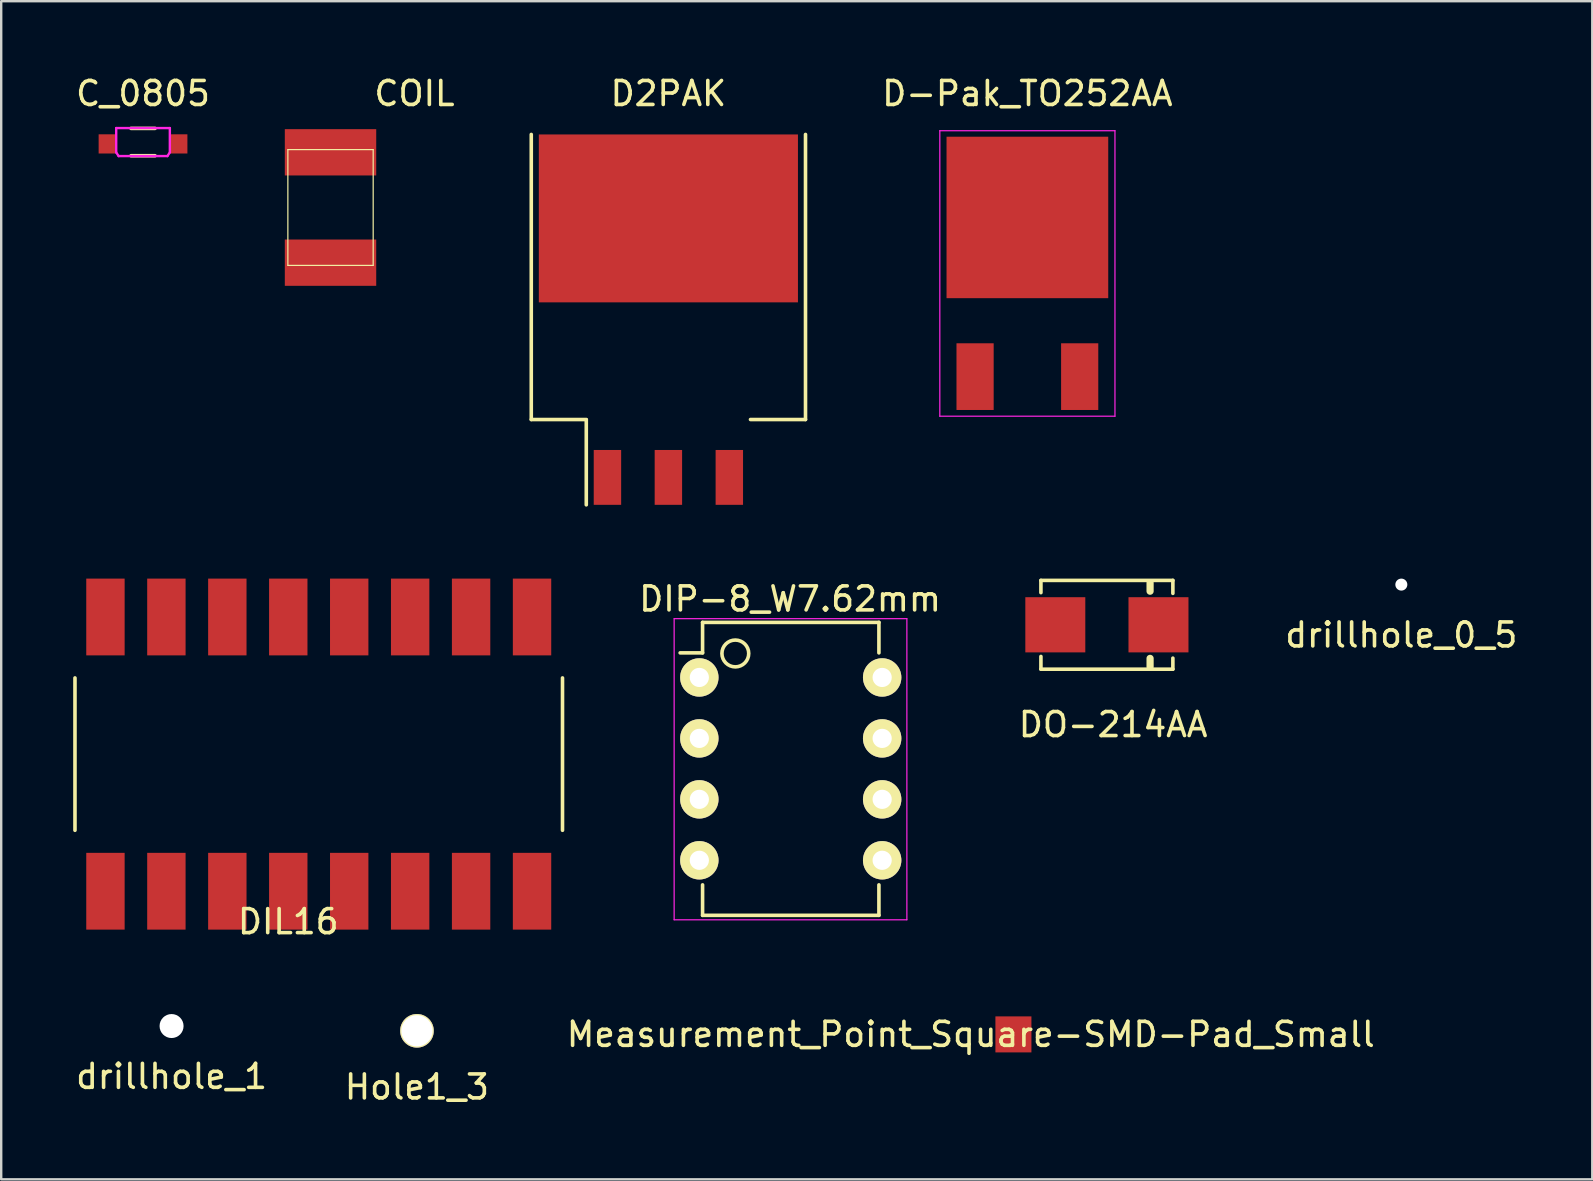
<source format=kicad_pcb>
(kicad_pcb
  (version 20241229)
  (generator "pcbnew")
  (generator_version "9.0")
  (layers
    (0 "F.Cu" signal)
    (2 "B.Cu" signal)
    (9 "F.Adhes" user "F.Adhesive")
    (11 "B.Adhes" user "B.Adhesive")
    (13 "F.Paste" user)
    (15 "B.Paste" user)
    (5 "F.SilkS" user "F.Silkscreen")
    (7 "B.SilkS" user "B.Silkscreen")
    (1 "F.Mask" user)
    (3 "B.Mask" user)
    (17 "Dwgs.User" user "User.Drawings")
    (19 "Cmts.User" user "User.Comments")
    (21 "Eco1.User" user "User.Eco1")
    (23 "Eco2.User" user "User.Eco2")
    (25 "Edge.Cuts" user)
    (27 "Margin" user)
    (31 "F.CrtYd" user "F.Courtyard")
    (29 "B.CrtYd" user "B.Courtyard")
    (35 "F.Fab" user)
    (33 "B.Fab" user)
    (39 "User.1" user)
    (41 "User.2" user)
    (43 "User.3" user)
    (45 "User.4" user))
  (footprint "COIL"
    (layer "F.Cu")
    (at 10.726 5.598)
    (property "Reference" "COIL" (at 3.5 -4.75 0) (layer "F.SilkS") (effects (font (size 1 1) (thickness 0.15))))
    (attr through_hole)
    (fp_line (start -1.778 -2.413) (end 1.778 -2.413) (stroke (width 0.05) (type solid)) (layer "F.SilkS"))
    (fp_line (start -1.778 2.413) (end -1.778 -2.413) (stroke (width 0.05) (type solid)) (layer "F.SilkS"))
    (fp_line (start 1.778 -2.413) (end 1.778 2.413) (stroke (width 0.05) (type solid)) (layer "F.SilkS"))
    (fp_line (start 1.778 2.413) (end -1.778 2.413) (stroke (width 0.05) (type solid)) (layer "F.SilkS"))
    (pad "1" smd rect (at 0 -2.3) (size 3.81 1.93) (layers "F.Cu" "F.Mask" "F.Paste"))
    (pad "2" smd rect (at 0 2.3) (size 3.81 1.93) (layers "F.Cu" "F.Mask" "F.Paste")))
  (footprint "Measurement_Point_Square-SMD-Pad_Small"
    (layer "F.Cu")
    (at 39.189 40.063)
    (property "Reference" "Measurement_Point_Square-SMD-Pad_Small" (at -1.778 0 0) (layer "F.SilkS") (effects (font (size 1 1) (thickness 0.15))))
    (attr through_hole)
    (pad "1" smd rect (at 0 0) (size 1.501 1.501) (layers "F.Cu" "F.Mask")))
  (footprint "DIL16"
    (layer "F.Cu")
    (at 10.235 29.016)
    (property "Reference" "DIL16" (at -1.27 6.35 0) (layer "F.SilkS") (effects (font (size 1 1) (thickness 0.15))))
    (attr through_hole)
    (fp_line (start -10.16 -3.81) (end -10.16 2.54) (stroke (width 0.15) (type solid)) (layer "F.SilkS"))
    (fp_line (start 10.16 -3.81) (end 10.16 2.54) (stroke (width 0.15) (type solid)) (layer "F.SilkS"))
    (pad "1" smd rect (at -8.89 5.08) (size 1.6 3.2) (layers "F.Cu" "F.Mask" "F.Paste"))
    (pad "2" smd rect (at -6.35 5.08) (size 1.6 3.2) (layers "F.Cu" "F.Mask" "F.Paste"))
    (pad "3" smd rect (at -3.81 5.08) (size 1.6 3.2) (layers "F.Cu" "F.Mask" "F.Paste"))
    (pad "4" smd rect (at -1.27 5.08) (size 1.6 3.2) (layers "F.Cu" "F.Mask" "F.Paste"))
    (pad "5" smd rect (at 1.27 5.08) (size 1.6 3.2) (layers "F.Cu" "F.Mask" "F.Paste"))
    (pad "6" smd rect (at 3.81 5.08) (size 1.6 3.2) (layers "F.Cu" "F.Mask" "F.Paste"))
    (pad "7" smd rect (at 6.35 5.08) (size 1.6 3.2) (layers "F.Cu" "F.Mask" "F.Paste"))
    (pad "8" smd rect (at 8.89 5.08) (size 1.6 3.2) (layers "F.Cu" "F.Mask" "F.Paste"))
    (pad "9" smd rect (at 8.89 -6.35) (size 1.6 3.2) (layers "F.Cu" "F.Mask" "F.Paste"))
    (pad "10" smd rect (at 6.35 -6.35) (size 1.6 3.2) (layers "F.Cu" "F.Mask" "F.Paste"))
    (pad "11" smd rect (at 3.81 -6.35) (size 1.6 3.2) (layers "F.Cu" "F.Mask" "F.Paste"))
    (pad "12" smd rect (at 1.27 -6.35) (size 1.6 3.2) (layers "F.Cu" "F.Mask" "F.Paste"))
    (pad "13" smd rect (at -1.27 -6.35) (size 1.6 3.2) (layers "F.Cu" "F.Mask" "F.Paste"))
    (pad "14" smd rect (at -3.81 -6.35) (size 1.6 3.2) (layers "F.Cu" "F.Mask" "F.Paste"))
    (pad "15" smd rect (at -6.35 -6.35) (size 1.6 3.2) (layers "F.Cu" "F.Mask" "F.Paste"))
    (pad "16" smd rect (at -8.89 -6.35) (size 1.6 3.2) (layers "F.Cu" "F.Mask" "F.Paste")))
  (footprint "drillhole_0_5"
    (layer "F.Cu")
    (at 55.357 21.316)
    (property "Reference" "drillhole_0_5" (at 0 2.1 0) (layer "F.SilkS") (effects (font (size 1 1) (thickness 0.15))))
    (attr through_hole)
    (pad "" np_thru_hole circle (at 0 0) (size 0.5 0.5) (drill 0.5) (layers "*.Cu" "*.Mask")))
  (footprint "drillhole_1"
    (layer "F.Cu")
    (at 4.101 39.715)
    (property "Reference" "drillhole_1" (at 0 2.1 0) (layer "F.SilkS") (effects (font (size 1 1) (thickness 0.15))))
    (attr through_hole)
    (pad "" np_thru_hole circle (at 0 0) (size 1 1) (drill 1) (layers "*.Cu" "*.Mask")))
  (footprint "DIP-8_W7.62mm"
    (layer "F.Cu")
    (at 26.098 25.186)
    (property "Reference" "DIP-8_W7.62mm" (at 3.783 -3.272 0) (layer "F.SilkS") (effects (font (size 1 1) (thickness 0.15))))
    (attr through_hole)
    (fp_line (start 0.135 -2.295) (end 0.135 -1.025) (stroke (width 0.15) (type solid)) (layer "F.SilkS"))
    (fp_line (start 0.135 -2.295) (end 7.485 -2.295) (stroke (width 0.15) (type solid)) (layer "F.SilkS"))
    (fp_line (start 0.135 -1.025) (end -0.8 -1.025) (stroke (width 0.15) (type solid)) (layer "F.SilkS"))
    (fp_line (start 0.135 9.915) (end 0.135 8.645) (stroke (width 0.15) (type solid)) (layer "F.SilkS"))
    (fp_line (start 0.135 9.915) (end 7.485 9.915) (stroke (width 0.15) (type solid)) (layer "F.SilkS"))
    (fp_line (start 7.485 -2.295) (end 7.485 -1.025) (stroke (width 0.15) (type solid)) (layer "F.SilkS"))
    (fp_line (start 7.485 9.915) (end 7.485 8.645) (stroke (width 0.15) (type solid)) (layer "F.SilkS"))
    (fp_circle (center 1.5 -1) (end 2 -0.75) (stroke (width 0.15) (type solid)) (fill no) (layer "F.SilkS"))
    (fp_line (start -1.05 -2.45) (end -1.05 10.1) (stroke (width 0.05) (type solid)) (layer "F.CrtYd"))
    (fp_line (start -1.05 -2.45) (end 8.65 -2.45) (stroke (width 0.05) (type solid)) (layer "F.CrtYd"))
    (fp_line (start -1.05 10.1) (end 8.65 10.1) (stroke (width 0.05) (type solid)) (layer "F.CrtYd"))
    (fp_line (start 8.65 -2.45) (end 8.65 10.1) (stroke (width 0.05) (type solid)) (layer "F.CrtYd"))
    (pad "1" thru_hole oval (at 0 0) (size 1.6 1.6) (drill 0.8) (layers "*.Cu" "*.Mask" "F.SilkS"))
    (pad "2" thru_hole oval (at 0 2.54) (size 1.6 1.6) (drill 0.8) (layers "*.Cu" "*.Mask" "F.SilkS"))
    (pad "3" thru_hole oval (at 0 5.08) (size 1.6 1.6) (drill 0.8) (layers "*.Cu" "*.Mask" "F.SilkS"))
    (pad "4" thru_hole oval (at 0 7.62) (size 1.6 1.6) (drill 0.8) (layers "*.Cu" "*.Mask" "F.SilkS"))
    (pad "5" thru_hole oval (at 7.62 7.62) (size 1.6 1.6) (drill 0.8) (layers "*.Cu" "*.Mask" "F.SilkS"))
    (pad "6" thru_hole oval (at 7.62 5.08) (size 1.6 1.6) (drill 0.8) (layers "*.Cu" "*.Mask" "F.SilkS"))
    (pad "7" thru_hole oval (at 7.62 2.54) (size 1.6 1.6) (drill 0.8) (layers "*.Cu" "*.Mask" "F.SilkS"))
    (pad "8" thru_hole oval (at 7.62 0) (size 1.6 1.6) (drill 0.8) (layers "*.Cu" "*.Mask" "F.SilkS")))
  (footprint "D-Pak_TO252AA"
    (layer "F.Cu")
    (at 39.771 8.348)
    (property "Reference" "D-Pak_TO252AA" (at 0 -7.5 0) (layer "F.SilkS") (effects (font (size 1 1) (thickness 0.15))))
    (attr smd)
    (fp_line (start -3.65 -5.95) (end 3.65 -5.95) (stroke (width 0.05) (type solid)) (layer "F.CrtYd"))
    (fp_line (start -3.65 5.95) (end -3.65 -5.95) (stroke (width 0.05) (type solid)) (layer "F.CrtYd"))
    (fp_line (start 3.65 -5.95) (end 3.65 5.95) (stroke (width 0.05) (type solid)) (layer "F.CrtYd"))
    (fp_line (start 3.65 5.95) (end -3.65 5.95) (stroke (width 0.05) (type solid)) (layer "F.CrtYd"))
    (pad "1" smd rect (at -2.18 4.3) (size 1.55 2.78) (layers "F.Cu" "F.Mask" "F.Paste"))
    (pad "2" smd rect (at 0 -2.335) (size 6.74 6.73) (layers "F.Cu" "F.Mask" "F.Paste"))
    (pad "3" smd rect (at 2.18 4.3) (size 1.55 2.78) (layers "F.Cu" "F.Mask" "F.Paste")))
  (footprint "Hole1_3"
    (layer "F.Cu")
    (at 14.329 39.914)
    (property "Reference" "Hole1_3" (at -0.002 2.341 0) (layer "F.SilkS") (effects (font (size 1 1) (thickness 0.15))))
    (attr through_hole)
    (pad "1" thru_hole oval (at 0 0) (size 1.4 1.4) (drill 1.3) (layers "*.Cu" "*.Mask" "F.SilkS")))
  (footprint "DO-214AA"
    (layer "F.Cu")
    (at 43.085 22.991)
    (property "Reference" "DO-214AA" (at 0.26 4.16 0) (layer "F.SilkS") (effects (font (size 1 1) (thickness 0.15))))
    (attr through_hole)
    (fp_line (start -2.75 -1.85) (end -2.75 -1.34) (stroke (width 0.15) (type solid)) (layer "F.SilkS"))
    (fp_line (start -2.75 1.85) (end -2.75 1.32) (stroke (width 0.15) (type solid)) (layer "F.SilkS"))
    (fp_line (start -2.75 1.85) (end 2.75 1.85) (stroke (width 0.15) (type solid)) (layer "F.SilkS"))
    (fp_line (start 1.8 -1.75) (end 1.8 -1.4) (stroke (width 0.3) (type solid)) (layer "F.SilkS"))
    (fp_line (start 1.8 1.75) (end 1.8 1.4) (stroke (width 0.3) (type solid)) (layer "F.SilkS"))
    (fp_line (start 2.75 -1.85) (end -2.75 -1.85) (stroke (width 0.15) (type solid)) (layer "F.SilkS"))
    (fp_line (start 2.75 -1.85) (end 2.75 -1.31) (stroke (width 0.15) (type solid)) (layer "F.SilkS"))
    (fp_line (start 2.75 1.85) (end 2.75 1.39) (stroke (width 0.15) (type solid)) (layer "F.SilkS"))
    (pad "1" smd rect (at 2.15 0) (size 2.5 2.3) (layers "F.Cu" "F.Mask" "F.Paste"))
    (pad "2" smd rect (at -2.15 0) (size 2.5 2.3) (layers "F.Cu" "F.Mask" "F.Paste")))
  (footprint "C_0805"
    (layer "F.Cu")
    (at 2.911 2.948)
    (property "Reference" "C_0805" (at 0 -2.1 0) (layer "F.SilkS") (effects (font (size 1 1) (thickness 0.15))))
    (attr smd)
    (fp_line (start -0.5 0.494) (end 0.5 0.494) (stroke (width 0.15) (type solid)) (layer "F.SilkS"))
    (fp_line (start 0.5 -0.647) (end -0.5 -0.647) (stroke (width 0.15) (type solid)) (layer "F.SilkS"))
    (fp_line (start -1.118 -0.66) (end 1.118 -0.66) (stroke (width 0.1) (type solid)) (layer "F.CrtYd"))
    (fp_line (start -1.118 0.356) (end -1.118 -0.66) (stroke (width 0.1) (type solid)) (layer "F.CrtYd"))
    (fp_line (start -1.016 0.508) (end -1.118 0.356) (stroke (width 0.1) (type solid)) (layer "F.CrtYd"))
    (fp_line (start -1.016 0.508) (end 1.016 0.508) (stroke (width 0.1) (type solid)) (layer "F.CrtYd"))
    (fp_line (start 1.016 0.508) (end 1.118 0.356) (stroke (width 0.1) (type solid)) (layer "F.CrtYd"))
    (fp_line (start 1.118 -0.66) (end 1.118 0.356) (stroke (width 0.1) (type solid)) (layer "F.CrtYd"))
    (pad "1" smd rect (at -1.5 0) (size 0.7 0.8) (layers "F.Cu" "F.Mask" "F.Paste"))
    (pad "2" smd rect (at 1.5 0) (size 0.7 0.8) (layers "F.Cu" "F.Mask" "F.Paste")))
  (footprint "D2PAK"
    (layer "F.Cu")
    (at 24.808 16.848)
    (property "Reference" "D2PAK" (at 0 -16 0) (layer "F.SilkS") (effects (font (size 1 1) (thickness 0.15))))
    (attr smd)
    (fp_line (start -5.715 -2.413) (end -5.715 -14.294) (stroke (width 0.15) (type solid)) (layer "F.SilkS"))
    (fp_line (start -5.715 -2.413) (end -3.422 -2.413) (stroke (width 0.15) (type solid)) (layer "F.SilkS"))
    (fp_line (start -3.422 -2.4) (end -3.422 1.143) (stroke (width 0.15) (type solid)) (layer "F.SilkS"))
    (fp_line (start 3.422 -2.413) (end 5.715 -2.413) (stroke (width 0.15) (type solid)) (layer "F.SilkS"))
    (fp_line (start 5.715 -14.294) (end 5.715 -2.413) (stroke (width 0.15) (type solid)) (layer "F.SilkS"))
    (pad "1" smd rect (at -2.54 0) (size 1.143 2.286) (layers "F.Cu" "F.Mask" "F.Paste"))
    (pad "2" smd rect (at 0 -10.795) (size 10.8 6.998) (layers "F.Cu" "F.Mask" "F.Paste"))
    (pad "2" smd rect (at 0 0) (size 1.143 2.286) (layers "F.Cu" "F.Mask" "F.Paste"))
    (pad "3" smd rect (at 2.54 0) (size 1.143 2.286) (layers "F.Cu" "F.Mask" "F.Paste")))
  (gr_rect
    (start -3 -3)
    (end 63.315 46.104)
    (stroke (width 0.1) (type default))
    (fill no)
    (layer "Edge.Cuts")))
</source>
